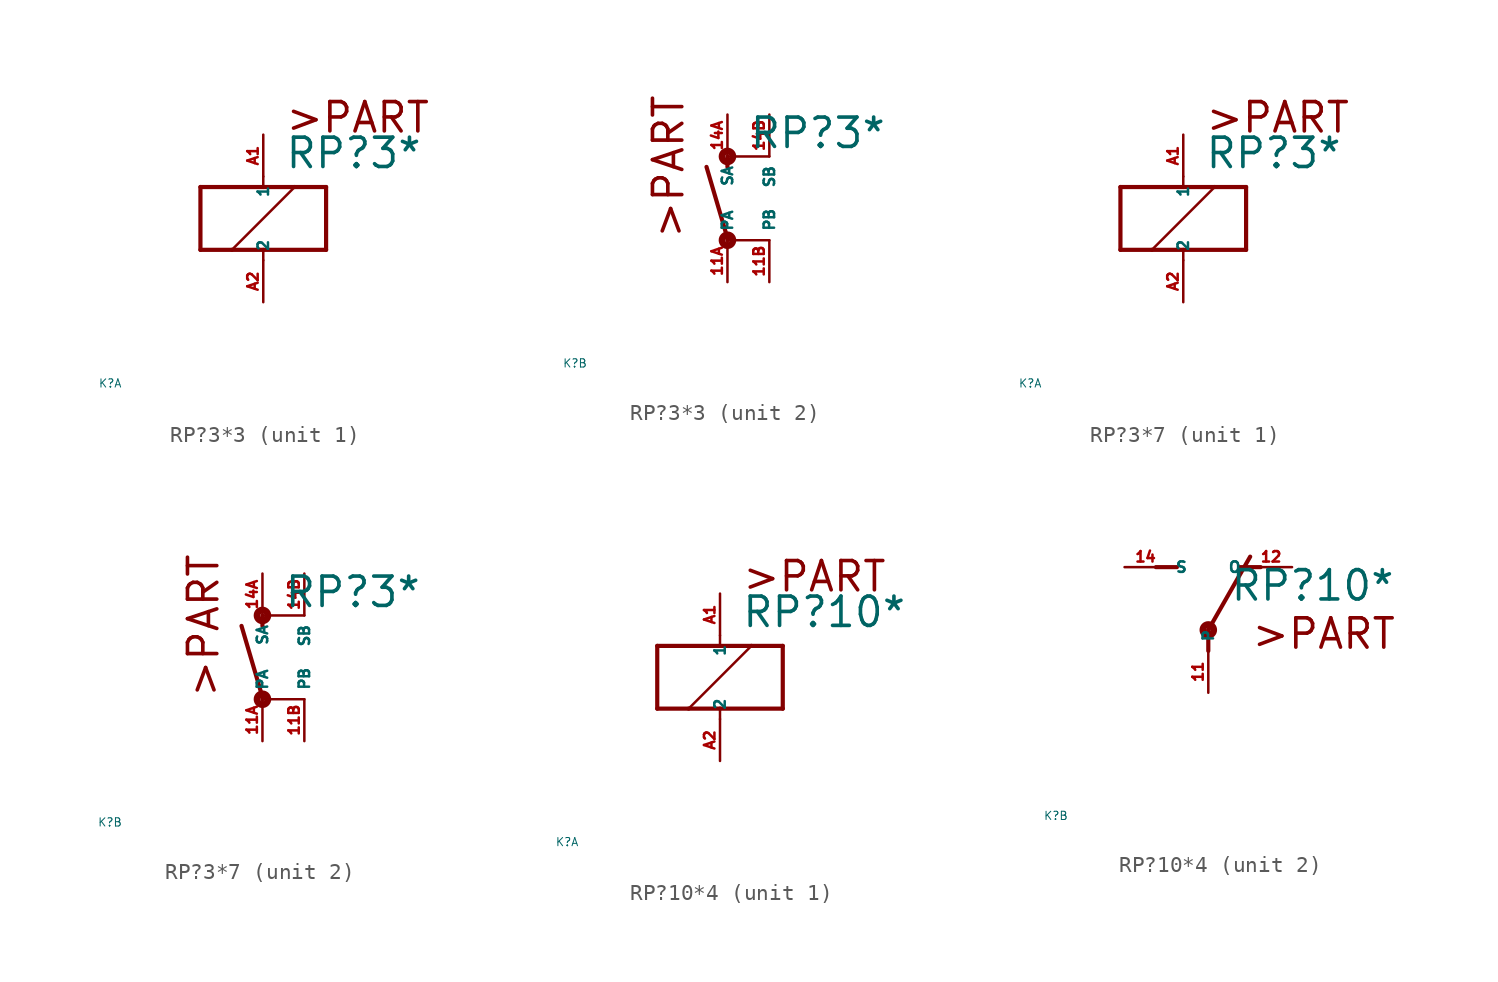
<source format=kicad_sym>
(kicad_symbol_lib
  (version 20220914)
  (generator Eagle2Kicad)
  (symbol "RP?3*3"
    (property "Reference" "K"
      (at -10 -10 0)
      (effects (font (size 0.5 0.5) (thickness 0.06)) (justify left)))
    (property "Value" "RP?3*"
      (at 1.27 2.921 0)
      (effects (font (size 1.778 1.778) (thickness 0.22)) (justify left bottom)))
    (symbol "RP?3*3_1_0"
      (polyline (pts (xy -3.81 -1.905) (xy -1.905 -1.905)) (stroke (width 0.254) (type default)) (fill (type none)))
      (polyline (pts (xy 3.81 -1.905) (xy 3.81 1.905)) (stroke (width 0.254) (type default)) (fill (type none)))
      (polyline (pts (xy 3.81 1.905) (xy 1.905 1.905)) (stroke (width 0.254) (type default)) (fill (type none)))
      (polyline (pts (xy -3.81 1.905) (xy -3.81 -1.905)) (stroke (width 0.254) (type default)) (fill (type none)))
      (polyline (pts (xy 0 -2.54) (xy 0 -1.905)) (stroke (width 0.152) (type default)) (fill (type none)))
      (polyline (pts (xy 0 -1.905) (xy 3.81 -1.905)) (stroke (width 0.254) (type default)) (fill (type none)))
      (polyline (pts (xy 0 2.54) (xy 0 1.905)) (stroke (width 0.152) (type default)) (fill (type none)))
      (polyline (pts (xy 0 1.905) (xy -3.81 1.905)) (stroke (width 0.254) (type default)) (fill (type none)))
      (polyline (pts (xy -1.905 -1.905) (xy 1.905 1.905)) (stroke (width 0.152) (type default)) (fill (type none)))
      (polyline (pts (xy -1.905 -1.905) (xy 0 -1.905)) (stroke (width 0.254) (type default)) (fill (type none)))
      (polyline (pts (xy 1.905 1.905) (xy 0 1.905)) (stroke (width 0.254) (type default)) (fill (type none)))
      (text ">PART" (at 1.27 5.08 0) (effects (font (size 1.778 1.778) (thickness 0.22)) (justify left bottom)))
      (pin passive line (at 0 -5.08 90) (length 2.54) (name "2" (effects (font (size 0.635 0.635) (thickness 0.08)) (justify left bottom))) (number "A2" (effects (font (size 0.635 0.635) (thickness 0.08)) (justify left bottom))))
      (pin passive line (at 0 5.08 270) (length 2.54) (name "1" (effects (font (size 0.635 0.635) (thickness 0.08)) (justify left bottom))) (number "A1" (effects (font (size 0.635 0.635) (thickness 0.08)) (justify left bottom)))))
    (symbol "RP?3*3_2_0"
      (polyline (pts (xy 0 2.54) (xy 0 1.905)) (stroke (width 0.254) (type default)) (fill (type none)))
      (polyline (pts (xy 0 -2.54) (xy 0 -2.413)) (stroke (width 0.254) (type default)) (fill (type none)))
      (polyline (pts (xy 0 -2.413) (xy -1.27 1.905)) (stroke (width 0.254) (type default)) (fill (type none)))
      (polyline (pts (xy 0 2.54) (xy 2.54 2.54)) (stroke (width 0.152) (type default)) (fill (type none)))
      (polyline (pts (xy 0 -2.54) (xy 2.54 -2.54)) (stroke (width 0.152) (type default)) (fill (type none)))
      (text ">PART" (at -2.54 -2.54 900) (effects (font (size 1.778 1.778) (thickness 0.22)) (justify left bottom)))
      (circle (center 0 -2.54) (radius 0.127) (stroke (width 0.406) (type default)) (fill (type none)))
      (circle (center 0 2.54) (radius 0.127) (stroke (width 0.406) (type default)) (fill (type none)))
      (pin passive line (at 0 -5.08 90) (length 2.54) (name "PA" (effects (font (size 0.635 0.635) (thickness 0.08)) (justify left bottom))) (number "11A" (effects (font (size 0.635 0.635) (thickness 0.08)) (justify left bottom))))
      (pin passive line (at 0 5.08 270) (length 2.54) (name "SA" (effects (font (size 0.635 0.635) (thickness 0.08)) (justify left bottom))) (number "14A" (effects (font (size 0.635 0.635) (thickness 0.08)) (justify left bottom))))
      (pin passive line (at 2.54 5.08 270) (length 2.54) (name "SB" (effects (font (size 0.635 0.635) (thickness 0.08)) (justify left bottom))) (number "14B" (effects (font (size 0.635 0.635) (thickness 0.08)) (justify left bottom))))
      (pin passive line (at 2.54 -5.08 90) (length 2.54) (name "PB" (effects (font (size 0.635 0.635) (thickness 0.08)) (justify left bottom))) (number "11B" (effects (font (size 0.635 0.635) (thickness 0.08)) (justify left bottom))))))
  (symbol "RP?3*7"
    (property "Reference" "K"
      (at -10 -10 0)
      (effects (font (size 0.5 0.5) (thickness 0.06)) (justify left)))
    (property "Value" "RP?3*"
      (at 1.27 2.921 0)
      (effects (font (size 1.778 1.778) (thickness 0.22)) (justify left bottom)))
    (symbol "RP?3*7_1_0"
      (polyline (pts (xy -3.81 -1.905) (xy -1.905 -1.905)) (stroke (width 0.254) (type default)) (fill (type none)))
      (polyline (pts (xy 3.81 -1.905) (xy 3.81 1.905)) (stroke (width 0.254) (type default)) (fill (type none)))
      (polyline (pts (xy 3.81 1.905) (xy 1.905 1.905)) (stroke (width 0.254) (type default)) (fill (type none)))
      (polyline (pts (xy -3.81 1.905) (xy -3.81 -1.905)) (stroke (width 0.254) (type default)) (fill (type none)))
      (polyline (pts (xy 0 -2.54) (xy 0 -1.905)) (stroke (width 0.152) (type default)) (fill (type none)))
      (polyline (pts (xy 0 -1.905) (xy 3.81 -1.905)) (stroke (width 0.254) (type default)) (fill (type none)))
      (polyline (pts (xy 0 2.54) (xy 0 1.905)) (stroke (width 0.152) (type default)) (fill (type none)))
      (polyline (pts (xy 0 1.905) (xy -3.81 1.905)) (stroke (width 0.254) (type default)) (fill (type none)))
      (polyline (pts (xy -1.905 -1.905) (xy 1.905 1.905)) (stroke (width 0.152) (type default)) (fill (type none)))
      (polyline (pts (xy -1.905 -1.905) (xy 0 -1.905)) (stroke (width 0.254) (type default)) (fill (type none)))
      (polyline (pts (xy 1.905 1.905) (xy 0 1.905)) (stroke (width 0.254) (type default)) (fill (type none)))
      (text ">PART" (at 1.27 5.08 0) (effects (font (size 1.778 1.778) (thickness 0.22)) (justify left bottom)))
      (pin passive line (at 0 -5.08 90) (length 2.54) (name "2" (effects (font (size 0.635 0.635) (thickness 0.08)) (justify left bottom))) (number "A2" (effects (font (size 0.635 0.635) (thickness 0.08)) (justify left bottom))))
      (pin passive line (at 0 5.08 270) (length 2.54) (name "1" (effects (font (size 0.635 0.635) (thickness 0.08)) (justify left bottom))) (number "A1" (effects (font (size 0.635 0.635) (thickness 0.08)) (justify left bottom)))))
    (symbol "RP?3*7_2_0"
      (polyline (pts (xy 0 2.54) (xy 0 1.905)) (stroke (width 0.254) (type default)) (fill (type none)))
      (polyline (pts (xy 0 -2.54) (xy 0 -2.413)) (stroke (width 0.254) (type default)) (fill (type none)))
      (polyline (pts (xy 0 -2.413) (xy -1.27 1.905)) (stroke (width 0.254) (type default)) (fill (type none)))
      (polyline (pts (xy 0 2.54) (xy 2.54 2.54)) (stroke (width 0.152) (type default)) (fill (type none)))
      (polyline (pts (xy 0 -2.54) (xy 2.54 -2.54)) (stroke (width 0.152) (type default)) (fill (type none)))
      (text ">PART" (at -2.54 -2.54 900) (effects (font (size 1.778 1.778) (thickness 0.22)) (justify left bottom)))
      (circle (center 0 -2.54) (radius 0.127) (stroke (width 0.406) (type default)) (fill (type none)))
      (circle (center 0 2.54) (radius 0.127) (stroke (width 0.406) (type default)) (fill (type none)))
      (pin passive line (at 0 -5.08 90) (length 2.54) (name "PA" (effects (font (size 0.635 0.635) (thickness 0.08)) (justify left bottom))) (number "11A" (effects (font (size 0.635 0.635) (thickness 0.08)) (justify left bottom))))
      (pin passive line (at 0 5.08 270) (length 2.54) (name "SA" (effects (font (size 0.635 0.635) (thickness 0.08)) (justify left bottom))) (number "14A" (effects (font (size 0.635 0.635) (thickness 0.08)) (justify left bottom))))
      (pin passive line (at 2.54 5.08 270) (length 2.54) (name "SB" (effects (font (size 0.635 0.635) (thickness 0.08)) (justify left bottom))) (number "14B" (effects (font (size 0.635 0.635) (thickness 0.08)) (justify left bottom))))
      (pin passive line (at 2.54 -5.08 90) (length 2.54) (name "PB" (effects (font (size 0.635 0.635) (thickness 0.08)) (justify left bottom))) (number "11B" (effects (font (size 0.635 0.635) (thickness 0.08)) (justify left bottom))))))
  (symbol "RP?10*4"
    (property "Reference" "K"
      (at -10 -10 0)
      (effects (font (size 0.5 0.5) (thickness 0.06)) (justify left)))
    (property "Value" "RP?10*"
      (at 1.27 2.921 0)
      (effects (font (size 1.778 1.778) (thickness 0.22)) (justify left bottom)))
    (symbol "RP?10*4_1_0"
      (polyline (pts (xy -3.81 -1.905) (xy -1.905 -1.905)) (stroke (width 0.254) (type default)) (fill (type none)))
      (polyline (pts (xy 3.81 -1.905) (xy 3.81 1.905)) (stroke (width 0.254) (type default)) (fill (type none)))
      (polyline (pts (xy 3.81 1.905) (xy 1.905 1.905)) (stroke (width 0.254) (type default)) (fill (type none)))
      (polyline (pts (xy -3.81 1.905) (xy -3.81 -1.905)) (stroke (width 0.254) (type default)) (fill (type none)))
      (polyline (pts (xy 0 -2.54) (xy 0 -1.905)) (stroke (width 0.152) (type default)) (fill (type none)))
      (polyline (pts (xy 0 -1.905) (xy 3.81 -1.905)) (stroke (width 0.254) (type default)) (fill (type none)))
      (polyline (pts (xy 0 2.54) (xy 0 1.905)) (stroke (width 0.152) (type default)) (fill (type none)))
      (polyline (pts (xy 0 1.905) (xy -3.81 1.905)) (stroke (width 0.254) (type default)) (fill (type none)))
      (polyline (pts (xy -1.905 -1.905) (xy 1.905 1.905)) (stroke (width 0.152) (type default)) (fill (type none)))
      (polyline (pts (xy -1.905 -1.905) (xy 0 -1.905)) (stroke (width 0.254) (type default)) (fill (type none)))
      (polyline (pts (xy 1.905 1.905) (xy 0 1.905)) (stroke (width 0.254) (type default)) (fill (type none)))
      (text ">PART" (at 1.27 5.08 0) (effects (font (size 1.778 1.778) (thickness 0.22)) (justify left bottom)))
      (pin passive line (at 0 -5.08 90) (length 2.54) (name "2" (effects (font (size 0.635 0.635) (thickness 0.08)) (justify left bottom))) (number "A2" (effects (font (size 0.635 0.635) (thickness 0.08)) (justify left bottom))))
      (pin passive line (at 0 5.08 270) (length 2.54) (name "1" (effects (font (size 0.635 0.635) (thickness 0.08)) (justify left bottom))) (number "A1" (effects (font (size 0.635 0.635) (thickness 0.08)) (justify left bottom)))))
    (symbol "RP?10*4_2_0"
      (polyline (pts (xy 3.175 5.08) (xy 1.905 5.08)) (stroke (width 0.254) (type default)) (fill (type none)))
      (polyline (pts (xy -3.175 5.08) (xy -1.905 5.08)) (stroke (width 0.254) (type default)) (fill (type none)))
      (polyline (pts (xy 0 1.27) (xy 2.54 5.715)) (stroke (width 0.254) (type default)) (fill (type none)))
      (polyline (pts (xy 0 1.27) (xy 0 0)) (stroke (width 0.254) (type default)) (fill (type none)))
      (text ">PART" (at 2.54 0 0) (effects (font (size 1.778 1.778) (thickness 0.22)) (justify left bottom)))
      (circle (center 0 1.27) (radius 0.127) (stroke (width 0.406) (type default)) (fill (type none)))
      (pin passive line (at 5.08 5.08 180) (length 2.54) (name "O" (effects (font (size 0.635 0.635) (thickness 0.08)) (justify left bottom))) (number "12" (effects (font (size 0.635 0.635) (thickness 0.08)) (justify left bottom))))
      (pin passive line (at -5.08 5.08 0) (length 2.54) (name "S" (effects (font (size 0.635 0.635) (thickness 0.08)) (justify left bottom))) (number "14" (effects (font (size 0.635 0.635) (thickness 0.08)) (justify left bottom))))
      (pin passive line (at 0 -2.54 90) (length 2.54) (name "P" (effects (font (size 0.635 0.635) (thickness 0.08)) (justify left bottom))) (number "11" (effects (font (size 0.635 0.635) (thickness 0.08)) (justify left bottom)))))))
</source>
